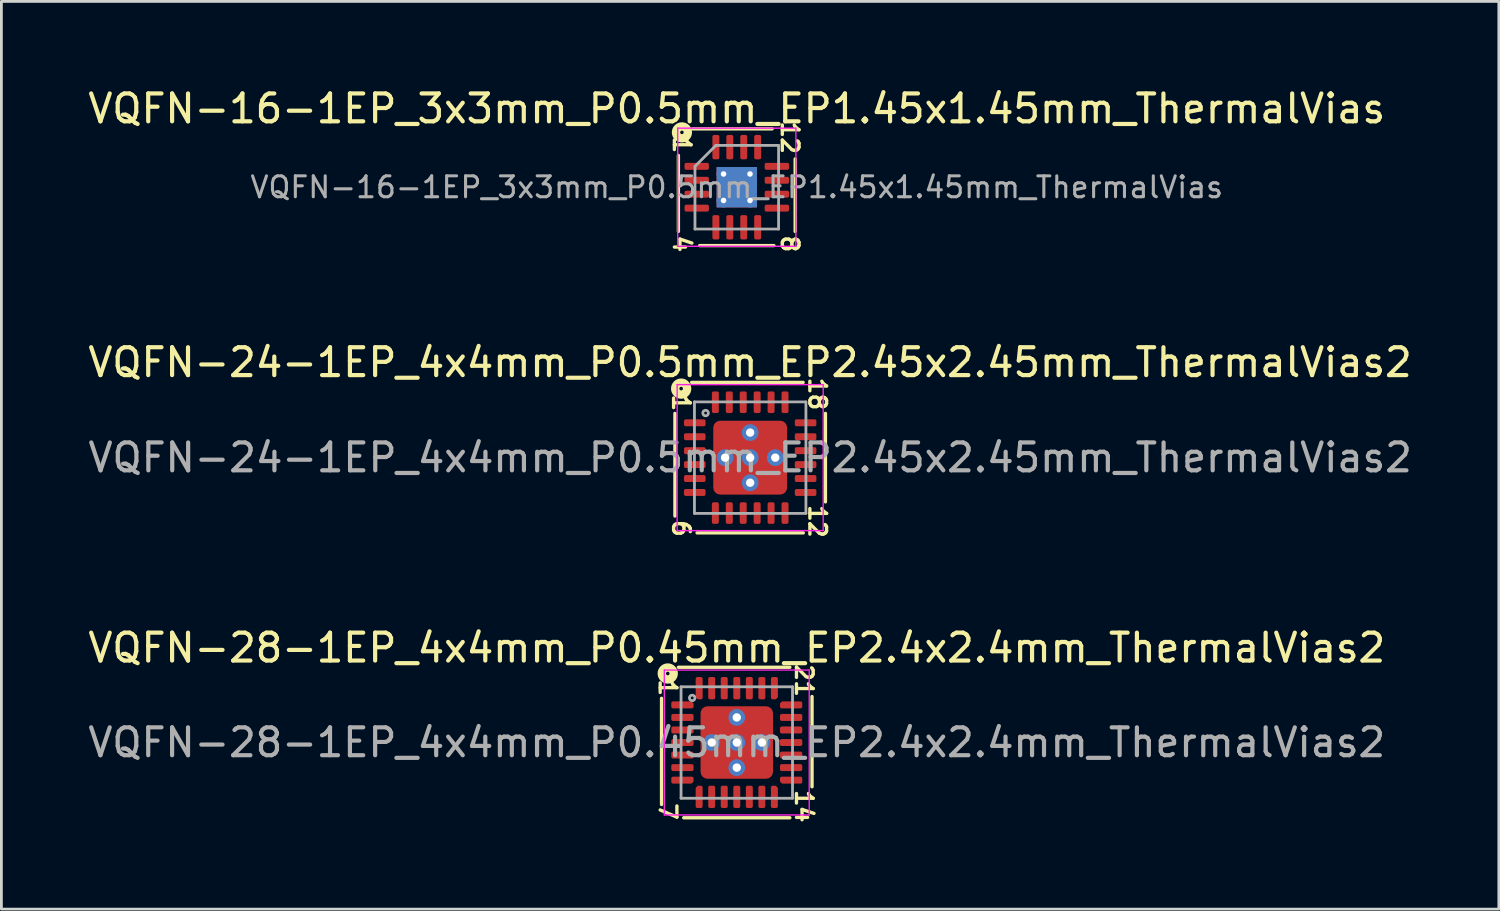
<source format=kicad_pcb>
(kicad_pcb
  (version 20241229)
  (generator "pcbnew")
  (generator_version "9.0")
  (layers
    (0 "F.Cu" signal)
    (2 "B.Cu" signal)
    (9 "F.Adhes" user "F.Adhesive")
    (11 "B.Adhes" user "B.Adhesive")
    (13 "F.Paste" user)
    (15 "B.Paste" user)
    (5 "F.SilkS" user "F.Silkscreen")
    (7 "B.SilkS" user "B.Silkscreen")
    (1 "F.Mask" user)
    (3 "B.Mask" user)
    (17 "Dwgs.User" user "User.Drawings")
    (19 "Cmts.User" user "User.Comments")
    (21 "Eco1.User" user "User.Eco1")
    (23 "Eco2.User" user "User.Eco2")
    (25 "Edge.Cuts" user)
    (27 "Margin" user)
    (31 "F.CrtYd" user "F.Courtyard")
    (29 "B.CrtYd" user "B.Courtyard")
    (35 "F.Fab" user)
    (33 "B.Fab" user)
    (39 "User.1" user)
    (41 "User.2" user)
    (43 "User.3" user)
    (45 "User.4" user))
  (footprint "VQFN-28-1EP_4x4mm_P0.45mm_EP2.4x2.4mm_ThermalVias2"
    (layer "F.Cu")
    (at 23.387 23.593)
    (property "Reference" "VQFN-28-1EP_4x4mm_P0.45mm_EP2.4x2.4mm_ThermalVias2" (at 0 -3.397 0) (layer "F.SilkS") (effects (font (size 1 1) (thickness 0.15))))
    (attr smd)
    (fp_line (start -2.7 -1.587) (end -2.7 2.223) (stroke (width 0.12) (type solid)) (layer "F.SilkS"))
    (fp_line (start -1.905 2.7) (end 1.905 2.7) (stroke (width 0.12) (type solid)) (layer "F.SilkS"))
    (fp_line (start 1.905 -2.7) (end -2.095 -2.7) (stroke (width 0.12) (type solid)) (layer "F.SilkS"))
    (fp_line (start 2.7 1.587) (end 2.7 -1.651) (stroke (width 0.12) (type solid)) (layer "F.SilkS"))
    (fp_circle (center -2.477 -2.477) (end -2.413 -2.477) (stroke (width 0.3) (type solid)) (fill no) (layer "F.SilkS"))
    (fp_line (start -2.6 -2.6) (end -2.6 2.6) (stroke (width 0.05) (type solid)) (layer "F.CrtYd"))
    (fp_line (start -2.6 2.6) (end 2.6 2.6) (stroke (width 0.05) (type solid)) (layer "F.CrtYd"))
    (fp_line (start 2.6 -2.6) (end -2.6 -2.6) (stroke (width 0.05) (type solid)) (layer "F.CrtYd"))
    (fp_line (start 2.6 2.6) (end 2.6 -2.6) (stroke (width 0.05) (type solid)) (layer "F.CrtYd"))
    (fp_line (start -2 -2) (end 2 -2) (stroke (width 0.1) (type solid)) (layer "F.Fab"))
    (fp_line (start -2 2) (end -2 -2) (stroke (width 0.1) (type solid)) (layer "F.Fab"))
    (fp_line (start 2 -2) (end 2 2) (stroke (width 0.1) (type solid)) (layer "F.Fab"))
    (fp_line (start 2 2) (end -2 2) (stroke (width 0.1) (type solid)) (layer "F.Fab"))
    (fp_circle (center -1.6 -1.6) (end -1.5 -1.6) (stroke (width 0.1) (type solid)) (fill no) (layer "F.Fab"))
    (fp_text user "7" (at -2.477 2.477 270) (unlocked yes) (layer "F.SilkS") (effects (font (size 0.6 0.6) (thickness 0.12))))
    (fp_text user "14" (at 2.413 2.286 270) (unlocked yes) (layer "F.SilkS") (effects (font (size 0.6 0.6) (thickness 0.12))))
    (fp_text user "21" (at 2.413 -2.223 270) (unlocked yes) (layer "F.SilkS") (effects (font (size 0.6 0.6) (thickness 0.12))))
    (fp_text user "1" (at -2.477 -1.968 270) (unlocked yes) (layer "F.SilkS") (effects (font (size 0.6 0.6) (thickness 0.12))))
    (fp_text user "${REFERENCE}" (at 0 0 0) (layer "F.Fab") (effects (font (size 1 1) (thickness 0.15))))
    (pad "" smd roundrect (at -0.75 -0.75) (size 0.6 0.6) (layers "F.Paste") (roundrect_rratio 0.25))
    (pad "" smd roundrect (at -0.75 -0.75) (size 0.9 0.9) (layers "F.Mask") (roundrect_rratio 0.25))
    (pad "" smd roundrect (at -0.75 0.75) (size 0.6 0.6) (layers "F.Paste") (roundrect_rratio 0.25))
    (pad "" smd roundrect (at -0.75 0.75) (size 0.9 0.9) (layers "F.Mask") (roundrect_rratio 0.25))
    (pad "" smd roundrect (at 0.75 -0.75) (size 0.6 0.6) (layers "F.Paste") (roundrect_rratio 0.25))
    (pad "" smd roundrect (at 0.75 -0.75) (size 0.9 0.9) (layers "F.Mask") (roundrect_rratio 0.25))
    (pad "" smd roundrect (at 0.75 0.75) (size 0.6 0.6) (layers "F.Paste") (roundrect_rratio 0.25))
    (pad "" smd roundrect (at 0.75 0.75) (size 0.9 0.9) (layers "F.Mask") (roundrect_rratio 0.25))
    (pad "1" smd roundrect (at -1.95 -1.35) (size 0.8 0.25) (layers "F.Cu" "F.Mask" "F.Paste") (roundrect_rratio 0.25) (chamfer_ratio 0.3) (chamfer top_right))
    (pad "2" smd roundrect (at -1.95 -0.9) (size 0.8 0.25) (layers "F.Cu" "F.Mask" "F.Paste") (roundrect_rratio 0.25))
    (pad "3" smd roundrect (at -1.95 -0.45) (size 0.8 0.25) (layers "F.Cu" "F.Mask" "F.Paste") (roundrect_rratio 0.25))
    (pad "4" smd roundrect (at -1.95 0) (size 0.8 0.25) (layers "F.Cu" "F.Mask" "F.Paste") (roundrect_rratio 0.25))
    (pad "5" smd roundrect (at -1.95 0.45) (size 0.8 0.25) (layers "F.Cu" "F.Mask" "F.Paste") (roundrect_rratio 0.25))
    (pad "6" smd roundrect (at -1.95 0.9) (size 0.8 0.25) (layers "F.Cu" "F.Mask" "F.Paste") (roundrect_rratio 0.25))
    (pad "7" smd roundrect (at -1.95 1.35) (size 0.8 0.25) (layers "F.Cu" "F.Mask" "F.Paste") (roundrect_rratio 0.25) (chamfer_ratio 0.3) (chamfer bottom_right))
    (pad "8" smd roundrect (at -1.35 1.95) (size 0.25 0.8) (layers "F.Cu" "F.Mask" "F.Paste") (roundrect_rratio 0.25) (chamfer_ratio 0.3) (chamfer top_left))
    (pad "9" smd roundrect (at -0.9 1.95) (size 0.25 0.8) (layers "F.Cu" "F.Mask" "F.Paste") (roundrect_rratio 0.25))
    (pad "10" smd roundrect (at -0.45 1.95) (size 0.25 0.8) (layers "F.Cu" "F.Mask" "F.Paste") (roundrect_rratio 0.25))
    (pad "11" smd roundrect (at 0 1.95) (size 0.25 0.8) (layers "F.Cu" "F.Mask" "F.Paste") (roundrect_rratio 0.25))
    (pad "12" smd roundrect (at 0.45 1.95) (size 0.25 0.8) (layers "F.Cu" "F.Mask" "F.Paste") (roundrect_rratio 0.25))
    (pad "13" smd roundrect (at 0.9 1.95) (size 0.25 0.8) (layers "F.Cu" "F.Mask" "F.Paste") (roundrect_rratio 0.25))
    (pad "14" smd roundrect (at 1.35 1.95) (size 0.25 0.8) (layers "F.Cu" "F.Mask" "F.Paste") (roundrect_rratio 0.25) (chamfer_ratio 0.3) (chamfer top_right))
    (pad "15" smd roundrect (at 1.95 1.35) (size 0.8 0.25) (layers "F.Cu" "F.Mask" "F.Paste") (roundrect_rratio 0.25) (chamfer_ratio 0.3) (chamfer bottom_left))
    (pad "16" smd roundrect (at 1.95 0.9) (size 0.8 0.25) (layers "F.Cu" "F.Mask" "F.Paste") (roundrect_rratio 0.25))
    (pad "17" smd roundrect (at 1.95 0.45) (size 0.8 0.25) (layers "F.Cu" "F.Mask" "F.Paste") (roundrect_rratio 0.25))
    (pad "18" smd roundrect (at 1.95 0) (size 0.8 0.25) (layers "F.Cu" "F.Mask" "F.Paste") (roundrect_rratio 0.25))
    (pad "19" smd roundrect (at 1.95 -0.45) (size 0.8 0.25) (layers "F.Cu" "F.Mask" "F.Paste") (roundrect_rratio 0.25))
    (pad "20" smd roundrect (at 1.95 -0.9) (size 0.8 0.25) (layers "F.Cu" "F.Mask" "F.Paste") (roundrect_rratio 0.25))
    (pad "21" smd roundrect (at 1.95 -1.35) (size 0.8 0.25) (layers "F.Cu" "F.Mask" "F.Paste") (roundrect_rratio 0.25) (chamfer_ratio 0.3) (chamfer top_left))
    (pad "22" smd roundrect (at 1.35 -1.95) (size 0.25 0.8) (layers "F.Cu" "F.Mask" "F.Paste") (roundrect_rratio 0.25) (chamfer_ratio 0.3) (chamfer bottom_right))
    (pad "23" smd roundrect (at 0.9 -1.95) (size 0.25 0.8) (layers "F.Cu" "F.Mask" "F.Paste") (roundrect_rratio 0.25))
    (pad "24" smd roundrect (at 0.45 -1.95) (size 0.25 0.8) (layers "F.Cu" "F.Mask" "F.Paste") (roundrect_rratio 0.25))
    (pad "25" smd roundrect (at 0 -1.95) (size 0.25 0.8) (layers "F.Cu" "F.Mask" "F.Paste") (roundrect_rratio 0.25))
    (pad "25" smd roundrect (at 0 0) (size 2.6 2.6) (layers "F.Cu") (roundrect_rratio 0.096))
    (pad "26" smd roundrect (at -0.45 -1.95) (size 0.25 0.8) (layers "F.Cu" "F.Mask" "F.Paste") (roundrect_rratio 0.25))
    (pad "27" smd roundrect (at -0.9 -1.95) (size 0.25 0.8) (layers "F.Cu" "F.Mask" "F.Paste") (roundrect_rratio 0.25))
    (pad "28" smd roundrect (at -1.35 -1.95) (size 0.25 0.8) (layers "F.Cu" "F.Mask" "F.Paste") (roundrect_rratio 0.25) (chamfer_ratio 0.3) (chamfer bottom_left))
    (pad "29" thru_hole circle (at -0.9 0 180) (size 0.6 0.6) (drill 0.3) (property pad_prop_heatsink) (layers "*.Cu" "*.Mask"))
    (pad "29" thru_hole circle (at 0 -0.9 180) (size 0.6 0.6) (drill 0.3) (property pad_prop_heatsink) (layers "*.Cu" "*.Mask"))
    (pad "29" thru_hole circle (at 0 0 180) (size 0.6 0.6) (drill 0.3) (property pad_prop_heatsink) (layers "*.Cu" "*.Mask"))
    (pad "29" thru_hole circle (at 0 0.9 180) (size 0.6 0.6) (drill 0.3) (property pad_prop_heatsink) (layers "*.Cu" "*.Mask"))
    (pad "29" thru_hole circle (at 0.9 0 180) (size 0.6 0.6) (drill 0.3) (property pad_prop_heatsink) (layers "*.Cu" "*.Mask")))
  (footprint "VQFN-16-1EP_3x3mm_P0.5mm_EP1.45x1.45mm_ThermalVias"
    (layer "F.Cu")
    (at 23.387 3.668)
    (property "Reference" "VQFN-16-1EP_3x3mm_P0.5mm_EP1.45x1.45mm_ThermalVias" (at 0 -2.82 0) (layer "F.SilkS") (effects (font (size 1 1) (thickness 0.15))))
    (attr smd)
    (fp_line (start -2.095 1.587) (end -2.095 -1.143) (stroke (width 0.12) (type solid)) (layer "F.SilkS"))
    (fp_line (start -1.587 -2.095) (end 1.27 -2.095) (stroke (width 0.12) (type solid)) (layer "F.SilkS"))
    (fp_line (start 1.333 2.095) (end -1.333 2.095) (stroke (width 0.12) (type solid)) (layer "F.SilkS"))
    (fp_line (start 2.095 -1.016) (end 2.095 1.587) (stroke (width 0.12) (type solid)) (layer "F.SilkS"))
    (fp_circle (center -1.968 -1.968) (end -1.905 -1.968) (stroke (width 0.3) (type solid)) (fill no) (layer "F.SilkS"))
    (fp_line (start -2.12 -2.12) (end -2.12 2.12) (stroke (width 0.05) (type solid)) (layer "F.CrtYd"))
    (fp_line (start -2.12 2.12) (end 2.12 2.12) (stroke (width 0.05) (type solid)) (layer "F.CrtYd"))
    (fp_line (start 2.12 -2.12) (end -2.12 -2.12) (stroke (width 0.05) (type solid)) (layer "F.CrtYd"))
    (fp_line (start 2.12 2.12) (end 2.12 -2.12) (stroke (width 0.05) (type solid)) (layer "F.CrtYd"))
    (fp_line (start -1.5 -0.75) (end -0.75 -1.5) (stroke (width 0.1) (type solid)) (layer "F.Fab"))
    (fp_line (start -1.5 1.5) (end -1.5 -0.75) (stroke (width 0.1) (type solid)) (layer "F.Fab"))
    (fp_line (start -0.75 -1.5) (end 1.5 -1.5) (stroke (width 0.1) (type solid)) (layer "F.Fab"))
    (fp_line (start 1.5 -1.5) (end 1.5 1.5) (stroke (width 0.1) (type solid)) (layer "F.Fab"))
    (fp_line (start 1.5 1.5) (end -1.5 1.5) (stroke (width 0.1) (type solid)) (layer "F.Fab"))
    (fp_text user "12" (at 1.905 -1.778 270) (unlocked yes) (layer "F.SilkS") (effects (font (size 0.6 0.6) (thickness 0.12))))
    (fp_text user "4" (at -1.968 2.032 270) (unlocked yes) (layer "F.SilkS") (effects (font (size 0.6 0.6) (thickness 0.12))))
    (fp_text user "1" (at -1.968 -1.524 270) (unlocked yes) (layer "F.SilkS") (effects (font (size 0.6 0.6) (thickness 0.12))))
    (fp_text user "8" (at 1.905 2.032 270) (unlocked yes) (layer "F.SilkS") (effects (font (size 0.6 0.6) (thickness 0.12))))
    (fp_text user "${REFERENCE}" (at 0 0 0) (layer "F.Fab") (effects (font (size 0.75 0.75) (thickness 0.11))))
    (pad "" smd roundrect (at -0.36 -0.36) (size 0.63 0.63) (layers "F.Paste") (roundrect_rratio 0.25))
    (pad "" smd roundrect (at -0.36 0.36) (size 0.63 0.63) (layers "F.Paste") (roundrect_rratio 0.25))
    (pad "" smd roundrect (at 0.36 -0.36) (size 0.63 0.63) (layers "F.Paste") (roundrect_rratio 0.25))
    (pad "" smd roundrect (at 0.36 0.36) (size 0.63 0.63) (layers "F.Paste") (roundrect_rratio 0.25))
    (pad "1" smd roundrect (at -1.438 -0.75) (size 0.875 0.25) (layers "F.Cu" "F.Mask" "F.Paste") (roundrect_rratio 0.25))
    (pad "2" smd roundrect (at -1.438 -0.25) (size 0.875 0.25) (layers "F.Cu" "F.Mask" "F.Paste") (roundrect_rratio 0.25))
    (pad "3" smd roundrect (at -1.438 0.25) (size 0.875 0.25) (layers "F.Cu" "F.Mask" "F.Paste") (roundrect_rratio 0.25))
    (pad "4" smd roundrect (at -1.438 0.75) (size 0.875 0.25) (layers "F.Cu" "F.Mask" "F.Paste") (roundrect_rratio 0.25))
    (pad "5" smd roundrect (at -0.75 1.438) (size 0.25 0.875) (layers "F.Cu" "F.Mask" "F.Paste") (roundrect_rratio 0.25))
    (pad "6" smd roundrect (at -0.25 1.438) (size 0.25 0.875) (layers "F.Cu" "F.Mask" "F.Paste") (roundrect_rratio 0.25))
    (pad "7" smd roundrect (at 0.25 1.438) (size 0.25 0.875) (layers "F.Cu" "F.Mask" "F.Paste") (roundrect_rratio 0.25))
    (pad "8" smd roundrect (at 0.75 1.438) (size 0.25 0.875) (layers "F.Cu" "F.Mask" "F.Paste") (roundrect_rratio 0.25))
    (pad "9" smd roundrect (at 1.438 0.75) (size 0.875 0.25) (layers "F.Cu" "F.Mask" "F.Paste") (roundrect_rratio 0.25))
    (pad "10" smd roundrect (at 1.438 0.25) (size 0.875 0.25) (layers "F.Cu" "F.Mask" "F.Paste") (roundrect_rratio 0.25))
    (pad "11" smd roundrect (at 1.438 -0.25) (size 0.875 0.25) (layers "F.Cu" "F.Mask" "F.Paste") (roundrect_rratio 0.25))
    (pad "12" smd roundrect (at 1.438 -0.75) (size 0.875 0.25) (layers "F.Cu" "F.Mask" "F.Paste") (roundrect_rratio 0.25))
    (pad "13" smd roundrect (at 0.75 -1.438) (size 0.25 0.875) (layers "F.Cu" "F.Mask" "F.Paste") (roundrect_rratio 0.25))
    (pad "14" smd roundrect (at 0.25 -1.438) (size 0.25 0.875) (layers "F.Cu" "F.Mask" "F.Paste") (roundrect_rratio 0.25))
    (pad "15" smd roundrect (at -0.25 -1.438) (size 0.25 0.875) (layers "F.Cu" "F.Mask" "F.Paste") (roundrect_rratio 0.25))
    (pad "16" smd roundrect (at -0.75 -1.438) (size 0.25 0.875) (layers "F.Cu" "F.Mask" "F.Paste") (roundrect_rratio 0.25))
    (pad "17" thru_hole circle (at -0.475 -0.475) (size 0.5 0.5) (drill 0.2) (layers "*.Cu"))
    (pad "17" thru_hole circle (at -0.475 0.475) (size 0.5 0.5) (drill 0.2) (layers "*.Cu"))
    (pad "17" smd rect (at 0 0) (size 1.45 1.45) (layers "F.Cu" "F.Mask"))
    (pad "17" smd rect (at 0 0) (size 1.45 1.45) (layers "B.Cu" "B.Mask"))
    (pad "17" thru_hole circle (at 0.475 -0.475) (size 0.5 0.5) (drill 0.2) (layers "*.Cu"))
    (pad "17" thru_hole circle (at 0.475 0.475) (size 0.5 0.5) (drill 0.2) (layers "*.Cu")))
  (footprint "VQFN-24-1EP_4x4mm_P0.5mm_EP2.45x2.45mm_ThermalVias2"
    (layer "F.Cu")
    (at 23.868 13.371)
    (property "Reference" "VQFN-24-1EP_4x4mm_P0.5mm_EP2.45x2.45mm_ThermalVias2" (at -0.005 -3.417 0) (layer "F.SilkS") (effects (font (size 1 1) (thickness 0.15))))
    (attr smd)
    (fp_line (start -2.7 -1.587) (end -2.7 2.095) (stroke (width 0.12) (type solid)) (layer "F.SilkS"))
    (fp_line (start -1.905 2.7) (end 1.905 2.7) (stroke (width 0.12) (type solid)) (layer "F.SilkS"))
    (fp_line (start 1.9 -2.7) (end -2.1 -2.7) (stroke (width 0.12) (type solid)) (layer "F.SilkS"))
    (fp_line (start 2.7 1.587) (end 2.7 -1.587) (stroke (width 0.12) (type solid)) (layer "F.SilkS"))
    (fp_circle (center -2.477 -2.477) (end -2.413 -2.477) (stroke (width 0.3) (type solid)) (fill no) (layer "F.SilkS"))
    (fp_line (start -2.62 -2.62) (end -2.62 2.62) (stroke (width 0.05) (type solid)) (layer "F.CrtYd"))
    (fp_line (start -2.62 2.62) (end 2.62 2.62) (stroke (width 0.05) (type solid)) (layer "F.CrtYd"))
    (fp_line (start 2.62 -2.62) (end -2.62 -2.62) (stroke (width 0.05) (type solid)) (layer "F.CrtYd"))
    (fp_line (start 2.62 2.62) (end 2.62 -2.62) (stroke (width 0.05) (type solid)) (layer "F.CrtYd"))
    (fp_line (start -2 -2) (end 2 -2) (stroke (width 0.1) (type solid)) (layer "F.Fab"))
    (fp_line (start -2 2) (end -2 -2) (stroke (width 0.1) (type solid)) (layer "F.Fab"))
    (fp_line (start 2 -2) (end 2 2) (stroke (width 0.1) (type solid)) (layer "F.Fab"))
    (fp_line (start 2 2) (end -2 2) (stroke (width 0.1) (type solid)) (layer "F.Fab"))
    (fp_circle (center -1.6 -1.6) (end -1.5 -1.6) (stroke (width 0.1) (type solid)) (fill no) (layer "F.Fab"))
    (fp_text user "6" (at -2.477 2.54 270) (unlocked yes) (layer "F.SilkS") (effects (font (size 0.6 0.6) (thickness 0.12))))
    (fp_text user "1" (at -2.477 -1.968 270) (unlocked yes) (layer "F.SilkS") (effects (font (size 0.6 0.6) (thickness 0.12))))
    (fp_text user "12" (at 2.413 2.286 270) (unlocked yes) (layer "F.SilkS") (effects (font (size 0.6 0.6) (thickness 0.12))))
    (fp_text user "18" (at 2.413 -2.286 270) (unlocked yes) (layer "F.SilkS") (effects (font (size 0.6 0.6) (thickness 0.12))))
    (fp_text user "${REFERENCE}" (at 0 0 0) (layer "F.Fab") (effects (font (size 1 1) (thickness 0.15))))
    (pad "" smd roundrect (at -0.762 -0.762) (size 0.675 0.675) (layers "F.Paste") (roundrect_rratio 0.25))
    (pad "" smd roundrect (at -0.762 -0.762) (size 0.925 0.925) (layers "F.Mask") (roundrect_rratio 0.25))
    (pad "" smd roundrect (at -0.762 0.762) (size 0.675 0.675) (layers "F.Paste") (roundrect_rratio 0.25))
    (pad "" smd roundrect (at -0.762 0.762) (size 0.925 0.925) (layers "F.Mask") (roundrect_rratio 0.25))
    (pad "" smd roundrect (at 0.762 -0.762) (size 0.675 0.675) (layers "F.Paste") (roundrect_rratio 0.25))
    (pad "" smd roundrect (at 0.762 -0.762) (size 0.925 0.925) (layers "F.Mask") (roundrect_rratio 0.25))
    (pad "" smd roundrect (at 0.762 0.762) (size 0.675 0.675) (layers "F.Paste") (roundrect_rratio 0.25))
    (pad "" smd roundrect (at 0.762 0.762) (size 0.925 0.925) (layers "F.Mask") (roundrect_rratio 0.25))
    (pad "1" smd roundrect (at -1.988 -1.25) (size 0.775 0.25) (layers "F.Cu" "F.Mask" "F.Paste") (roundrect_rratio 0.25))
    (pad "2" smd roundrect (at -1.988 -0.75) (size 0.775 0.25) (layers "F.Cu" "F.Mask" "F.Paste") (roundrect_rratio 0.25))
    (pad "3" smd roundrect (at -1.988 -0.25) (size 0.775 0.25) (layers "F.Cu" "F.Mask" "F.Paste") (roundrect_rratio 0.25))
    (pad "4" smd roundrect (at -1.988 0.25) (size 0.775 0.25) (layers "F.Cu" "F.Mask" "F.Paste") (roundrect_rratio 0.25))
    (pad "5" smd roundrect (at -1.988 0.75) (size 0.775 0.25) (layers "F.Cu" "F.Mask" "F.Paste") (roundrect_rratio 0.25))
    (pad "6" smd roundrect (at -1.988 1.25) (size 0.775 0.25) (layers "F.Cu" "F.Mask" "F.Paste") (roundrect_rratio 0.25))
    (pad "7" smd roundrect (at -1.25 1.988) (size 0.25 0.775) (layers "F.Cu" "F.Mask" "F.Paste") (roundrect_rratio 0.25))
    (pad "8" smd roundrect (at -0.75 1.988) (size 0.25 0.775) (layers "F.Cu" "F.Mask" "F.Paste") (roundrect_rratio 0.25))
    (pad "9" smd roundrect (at -0.25 1.988) (size 0.25 0.775) (layers "F.Cu" "F.Mask" "F.Paste") (roundrect_rratio 0.25))
    (pad "10" smd roundrect (at 0.25 1.988) (size 0.25 0.775) (layers "F.Cu" "F.Mask" "F.Paste") (roundrect_rratio 0.25))
    (pad "11" smd roundrect (at 0.75 1.988) (size 0.25 0.775) (layers "F.Cu" "F.Mask" "F.Paste") (roundrect_rratio 0.25))
    (pad "12" smd roundrect (at 1.25 1.988) (size 0.25 0.775) (layers "F.Cu" "F.Mask" "F.Paste") (roundrect_rratio 0.25))
    (pad "13" smd roundrect (at 1.988 1.25) (size 0.775 0.25) (layers "F.Cu" "F.Mask" "F.Paste") (roundrect_rratio 0.25))
    (pad "14" smd roundrect (at 1.988 0.75) (size 0.775 0.25) (layers "F.Cu" "F.Mask" "F.Paste") (roundrect_rratio 0.25))
    (pad "15" smd roundrect (at 1.988 0.25) (size 0.775 0.25) (layers "F.Cu" "F.Mask" "F.Paste") (roundrect_rratio 0.25))
    (pad "16" smd roundrect (at 1.988 -0.25) (size 0.775 0.25) (layers "F.Cu" "F.Mask" "F.Paste") (roundrect_rratio 0.25))
    (pad "17" smd roundrect (at 1.988 -0.75) (size 0.775 0.25) (layers "F.Cu" "F.Mask" "F.Paste") (roundrect_rratio 0.25))
    (pad "18" smd roundrect (at 1.988 -1.25) (size 0.775 0.25) (layers "F.Cu" "F.Mask" "F.Paste") (roundrect_rratio 0.25))
    (pad "19" smd roundrect (at 1.25 -1.988) (size 0.25 0.775) (layers "F.Cu" "F.Mask" "F.Paste") (roundrect_rratio 0.25))
    (pad "20" smd roundrect (at 0.75 -1.988) (size 0.25 0.775) (layers "F.Cu" "F.Mask" "F.Paste") (roundrect_rratio 0.25))
    (pad "21" smd roundrect (at 0.25 -1.988) (size 0.25 0.775) (layers "F.Cu" "F.Mask" "F.Paste") (roundrect_rratio 0.25))
    (pad "22" smd roundrect (at -0.25 -1.988) (size 0.25 0.775) (layers "F.Cu" "F.Mask" "F.Paste") (roundrect_rratio 0.25))
    (pad "23" smd roundrect (at -0.75 -1.988) (size 0.25 0.775) (layers "F.Cu" "F.Mask" "F.Paste") (roundrect_rratio 0.25))
    (pad "24" smd roundrect (at -1.25 -1.988) (size 0.25 0.775) (layers "F.Cu" "F.Mask" "F.Paste") (roundrect_rratio 0.25))
    (pad "25" thru_hole circle (at -0.9 0 180) (size 0.6 0.6) (drill 0.3) (property pad_prop_heatsink) (layers "*.Cu" "*.Mask"))
    (pad "25" thru_hole circle (at 0 -0.9 180) (size 0.6 0.6) (drill 0.3) (property pad_prop_heatsink) (layers "*.Cu" "*.Mask"))
    (pad "25" thru_hole circle (at 0 0 180) (size 0.6 0.6) (drill 0.3) (property pad_prop_heatsink) (layers "*.Cu" "*.Mask"))
    (pad "25" smd roundrect (at 0 0) (size 2.65 2.65) (layers "F.Cu") (roundrect_rratio 0.094))
    (pad "25" thru_hole circle (at 0 0.9 180) (size 0.6 0.6) (drill 0.3) (property pad_prop_heatsink) (layers "*.Cu" "*.Mask"))
    (pad "25" thru_hole circle (at 0.9 0 180) (size 0.6 0.6) (drill 0.3) (property pad_prop_heatsink) (layers "*.Cu" "*.Mask")))
  (gr_rect
    (start -3 -3)
    (end 50.731 29.57)
    (stroke (width 0.1) (type default))
    (fill no)
    (layer "Edge.Cuts")))
</source>
